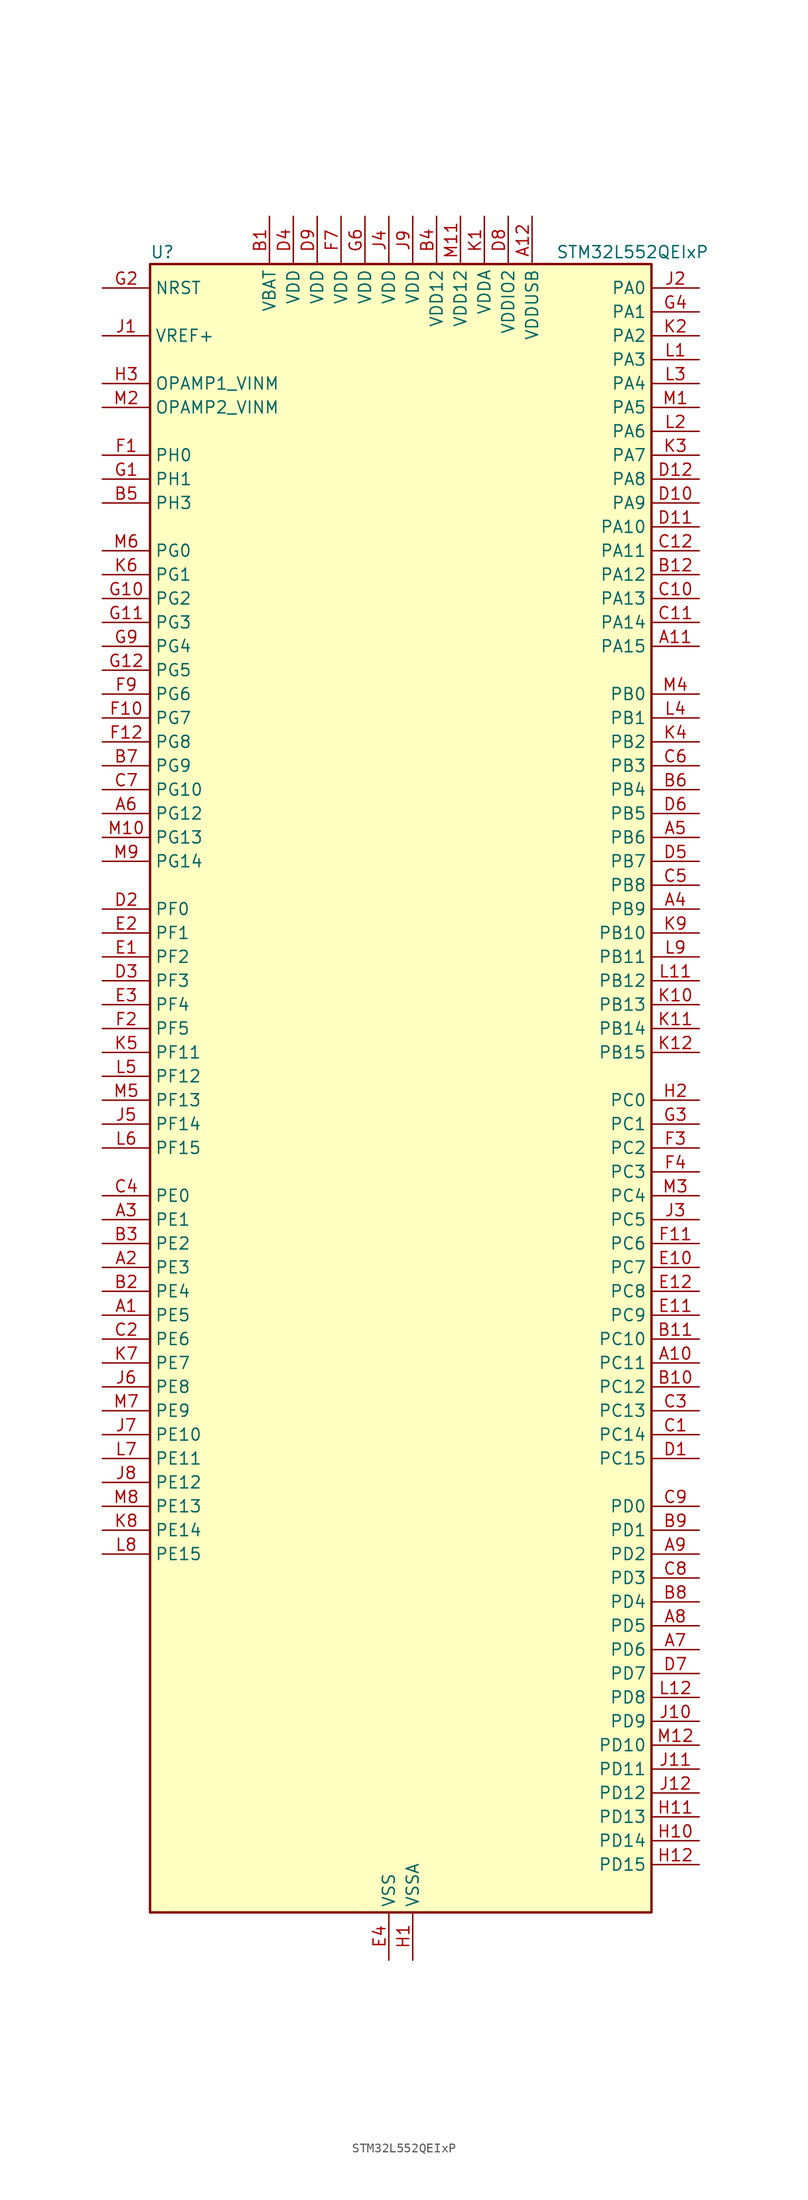
<source format=kicad_sym>
(kicad_symbol_lib
  (version 20231120)
  (generator "kicad_symbol_editor")
  (generator_version "8.0")
  (symbol "STM32L552QEIxP"
    (property "Reference" "U"
      (at -25.4 90.17 0)
      (effects (font (size 1.27 1.27)) (justify left)))
    (property "Value" "STM32L552QEIxP"
      (at 17.78 90.17 0)
      (effects (font (size 1.27 1.27)) (justify left)))
    (property "ki_locked" ""
      (at 0 0 0)
      (effects (font (size 1.27 1.27))))
    (symbol "STM32L552QEIxP_0_1"
      (rectangle (start -25.4 -86.36) (end 27.94 88.9) (stroke (width 0.254) (type default)) (fill (type background))))
    (symbol "STM32L552QEIxP_1_1"
      (pin bidirectional line (at -30.48 -22.86 0) (length 5.08) (name "PE5" (effects (font (size 1.27 1.27)))) (number "A1" (effects (font (size 1.27 1.27)))) (alternate "DEBUG_TRACED2" bidirectional line) (alternate "DFSDM1_CKIN3" bidirectional line) (alternate "FMC_A21" bidirectional line) (alternate "SAI1_CK2" bidirectional line) (alternate "SAI1_SCK_A" bidirectional line) (alternate "TIM3_CH3" bidirectional line) (alternate "TSC_G7_IO4" bidirectional line))
      (pin bidirectional line (at 33.02 -27.94 180) (length 5.08) (name "PC11" (effects (font (size 1.27 1.27)))) (number "A10" (effects (font (size 1.27 1.27)))) (alternate "ADC1_EXTI11" bidirectional line) (alternate "ADC2_EXTI11" bidirectional line) (alternate "LPTIM3_IN1" bidirectional line) (alternate "OCTOSPI1_NCS" bidirectional line) (alternate "SAI2_MCLK_B" bidirectional line) (alternate "SDMMC1_D3" bidirectional line) (alternate "SPI3_MISO" bidirectional line) (alternate "TSC_G3_IO3" bidirectional line) (alternate "UART4_RX" bidirectional line) (alternate "UCPD1_FRSTX2" bidirectional line) (alternate "USART3_RX" bidirectional line))
      (pin bidirectional line (at 33.02 48.26 180) (length 5.08) (name "PA15" (effects (font (size 1.27 1.27)))) (number "A11" (effects (font (size 1.27 1.27)))) (alternate "ADC1_EXTI15" bidirectional line) (alternate "ADC2_EXTI15" bidirectional line) (alternate "DEBUG_JTDI" bidirectional line) (alternate "SAI2_FS_B" bidirectional line) (alternate "SPI1_NSS" bidirectional line) (alternate "SPI3_NSS" bidirectional line) (alternate "TIM2_CH1" bidirectional line) (alternate "TIM2_ETR" bidirectional line) (alternate "UART4_DE" bidirectional line) (alternate "UART4_RTS" bidirectional line) (alternate "UCPD1_CC1" bidirectional line) (alternate "USART2_RX" bidirectional line) (alternate "USART3_DE" bidirectional line) (alternate "USART3_RTS" bidirectional line))
      (pin power_in line (at 15.24 93.98 270) (length 5.08) (name "VDDUSB" (effects (font (size 1.27 1.27)))) (number "A12" (effects (font (size 1.27 1.27)))))
      (pin bidirectional line (at -30.48 -17.78 0) (length 5.08) (name "PE3" (effects (font (size 1.27 1.27)))) (number "A2" (effects (font (size 1.27 1.27)))) (alternate "DEBUG_TRACED0" bidirectional line) (alternate "FMC_A19" bidirectional line) (alternate "OCTOSPI1_DQS" bidirectional line) (alternate "SAI1_SD_B" bidirectional line) (alternate "TIM3_CH1" bidirectional line) (alternate "TSC_G7_IO2" bidirectional line))
      (pin bidirectional line (at -30.48 -12.7 0) (length 5.08) (name "PE1" (effects (font (size 1.27 1.27)))) (number "A3" (effects (font (size 1.27 1.27)))) (alternate "FMC_NBL1" bidirectional line) (alternate "TIM17_CH1" bidirectional line))
      (pin bidirectional line (at 33.02 20.32 180) (length 5.08) (name "PB9" (effects (font (size 1.27 1.27)))) (number "A4" (effects (font (size 1.27 1.27)))) (alternate "DAC1_EXTI9" bidirectional line) (alternate "FDCAN1_TX" bidirectional line) (alternate "I2C1_SDA" bidirectional line) (alternate "IR_OUT" bidirectional line) (alternate "SAI1_D2" bidirectional line) (alternate "SAI1_FS_A" bidirectional line) (alternate "SDMMC1_CDIR" bidirectional line) (alternate "SDMMC1_D5" bidirectional line) (alternate "SPI2_NSS" bidirectional line) (alternate "TIM17_CH1" bidirectional line) (alternate "TIM4_CH4" bidirectional line))
      (pin bidirectional line (at 33.02 27.94 180) (length 5.08) (name "PB6" (effects (font (size 1.27 1.27)))) (number "A5" (effects (font (size 1.27 1.27)))) (alternate "COMP2_INP" bidirectional line) (alternate "I2C1_SCL" bidirectional line) (alternate "I2C4_SCL" bidirectional line) (alternate "LPTIM1_ETR" bidirectional line) (alternate "SAI1_FS_B" bidirectional line) (alternate "TIM16_CH1N" bidirectional line) (alternate "TIM4_CH1" bidirectional line) (alternate "TIM8_BKIN2" bidirectional line) (alternate "TSC_G2_IO3" bidirectional line) (alternate "USART1_TX" bidirectional line))
      (pin bidirectional line (at -30.48 30.48 0) (length 5.08) (name "PG12" (effects (font (size 1.27 1.27)))) (number "A6" (effects (font (size 1.27 1.27)))) (alternate "FMC_NE4" bidirectional line) (alternate "LPTIM1_ETR" bidirectional line) (alternate "SAI2_SD_A" bidirectional line) (alternate "SPI3_NSS" bidirectional line) (alternate "USART1_DE" bidirectional line) (alternate "USART1_RTS" bidirectional line))
      (pin bidirectional line (at 33.02 -58.42 180) (length 5.08) (name "PD6" (effects (font (size 1.27 1.27)))) (number "A7" (effects (font (size 1.27 1.27)))) (alternate "DFSDM1_DATIN1" bidirectional line) (alternate "FMC_NWAIT" bidirectional line) (alternate "OCTOSPI1_IO6" bidirectional line) (alternate "SAI1_D1" bidirectional line) (alternate "SAI1_SD_A" bidirectional line) (alternate "SPI3_MOSI" bidirectional line) (alternate "USART2_RX" bidirectional line))
      (pin bidirectional line (at 33.02 -55.88 180) (length 5.08) (name "PD5" (effects (font (size 1.27 1.27)))) (number "A8" (effects (font (size 1.27 1.27)))) (alternate "FMC_NWE" bidirectional line) (alternate "OCTOSPI1_IO5" bidirectional line) (alternate "USART2_TX" bidirectional line))
      (pin bidirectional line (at 33.02 -48.26 180) (length 5.08) (name "PD2" (effects (font (size 1.27 1.27)))) (number "A9" (effects (font (size 1.27 1.27)))) (alternate "DEBUG_TRACED2" bidirectional line) (alternate "SDMMC1_CMD" bidirectional line) (alternate "TIM3_ETR" bidirectional line) (alternate "TSC_SYNC" bidirectional line) (alternate "UART5_RX" bidirectional line) (alternate "USART3_DE" bidirectional line) (alternate "USART3_RTS" bidirectional line))
      (pin power_in line (at -12.7 93.98 270) (length 5.08) (name "VBAT" (effects (font (size 1.27 1.27)))) (number "B1" (effects (font (size 1.27 1.27)))))
      (pin bidirectional line (at 33.02 -30.48 180) (length 5.08) (name "PC12" (effects (font (size 1.27 1.27)))) (number "B10" (effects (font (size 1.27 1.27)))) (alternate "DEBUG_TRACED3" bidirectional line) (alternate "SAI2_SD_B" bidirectional line) (alternate "SDMMC1_CK" bidirectional line) (alternate "SPI3_MOSI" bidirectional line) (alternate "TSC_G3_IO4" bidirectional line) (alternate "UART5_TX" bidirectional line) (alternate "USART3_CK" bidirectional line))
      (pin bidirectional line (at 33.02 -25.4 180) (length 5.08) (name "PC10" (effects (font (size 1.27 1.27)))) (number "B11" (effects (font (size 1.27 1.27)))) (alternate "DEBUG_TRACED1" bidirectional line) (alternate "LPTIM3_ETR" bidirectional line) (alternate "SAI2_SCK_B" bidirectional line) (alternate "SDMMC1_D2" bidirectional line) (alternate "SPI3_SCK" bidirectional line) (alternate "TSC_G3_IO2" bidirectional line) (alternate "UART4_TX" bidirectional line) (alternate "USART3_TX" bidirectional line))
      (pin bidirectional line (at 33.02 55.88 180) (length 5.08) (name "PA12" (effects (font (size 1.27 1.27)))) (number "B12" (effects (font (size 1.27 1.27)))) (alternate "FDCAN1_TX" bidirectional line) (alternate "SPI1_MOSI" bidirectional line) (alternate "TIM1_ETR" bidirectional line) (alternate "USART1_DE" bidirectional line) (alternate "USART1_RTS" bidirectional line) (alternate "USB_DP" bidirectional line))
      (pin bidirectional line (at -30.48 -20.32 0) (length 5.08) (name "PE4" (effects (font (size 1.27 1.27)))) (number "B2" (effects (font (size 1.27 1.27)))) (alternate "DEBUG_TRACED1" bidirectional line) (alternate "DFSDM1_DATIN3" bidirectional line) (alternate "FMC_A20" bidirectional line) (alternate "SAI1_D2" bidirectional line) (alternate "SAI1_FS_A" bidirectional line) (alternate "TIM3_CH2" bidirectional line) (alternate "TSC_G7_IO3" bidirectional line))
      (pin bidirectional line (at -30.48 -15.24 0) (length 5.08) (name "PE2" (effects (font (size 1.27 1.27)))) (number "B3" (effects (font (size 1.27 1.27)))) (alternate "DEBUG_TRACECLK" bidirectional line) (alternate "FMC_A23" bidirectional line) (alternate "SAI1_CK1" bidirectional line) (alternate "SAI1_MCLK_A" bidirectional line) (alternate "TIM3_ETR" bidirectional line) (alternate "TSC_G7_IO1" bidirectional line))
      (pin power_in line (at 5.08 93.98 270) (length 5.08) (name "VDD12" (effects (font (size 1.27 1.27)))) (number "B4" (effects (font (size 1.27 1.27)))))
      (pin bidirectional line (at -30.48 63.5 0) (length 5.08) (name "PH3" (effects (font (size 1.27 1.27)))) (number "B5" (effects (font (size 1.27 1.27)))))
      (pin bidirectional line (at 33.02 33.02 180) (length 5.08) (name "PB4" (effects (font (size 1.27 1.27)))) (number "B6" (effects (font (size 1.27 1.27)))) (alternate "COMP2_INP" bidirectional line) (alternate "DEBUG_JTRST" bidirectional line) (alternate "I2C3_SDA" bidirectional line) (alternate "SAI1_MCLK_B" bidirectional line) (alternate "SPI1_MISO" bidirectional line) (alternate "SPI3_MISO" bidirectional line) (alternate "TIM17_BKIN" bidirectional line) (alternate "TIM3_CH1" bidirectional line) (alternate "TSC_G2_IO1" bidirectional line) (alternate "UART5_DE" bidirectional line) (alternate "UART5_RTS" bidirectional line) (alternate "USART1_CTS" bidirectional line) (alternate "USART1_NSS" bidirectional line))
      (pin bidirectional line (at -30.48 35.56 0) (length 5.08) (name "PG9" (effects (font (size 1.27 1.27)))) (number "B7" (effects (font (size 1.27 1.27)))) (alternate "DAC1_EXTI9" bidirectional line) (alternate "FMC_NCE" bidirectional line) (alternate "FMC_NE2" bidirectional line) (alternate "SAI2_SCK_A" bidirectional line) (alternate "SPI3_SCK" bidirectional line) (alternate "TIM15_CH1N" bidirectional line) (alternate "USART1_TX" bidirectional line))
      (pin bidirectional line (at 33.02 -53.34 180) (length 5.08) (name "PD4" (effects (font (size 1.27 1.27)))) (number "B8" (effects (font (size 1.27 1.27)))) (alternate "DFSDM1_CKIN0" bidirectional line) (alternate "FMC_NOE" bidirectional line) (alternate "OCTOSPI1_IO4" bidirectional line) (alternate "SPI2_MOSI" bidirectional line) (alternate "USART2_DE" bidirectional line) (alternate "USART2_RTS" bidirectional line))
      (pin bidirectional line (at 33.02 -45.72 180) (length 5.08) (name "PD1" (effects (font (size 1.27 1.27)))) (number "B9" (effects (font (size 1.27 1.27)))) (alternate "FDCAN1_TX" bidirectional line) (alternate "FMC_D3" bidirectional line) (alternate "FMC_DA3" bidirectional line) (alternate "SPI2_SCK" bidirectional line))
      (pin bidirectional line (at 33.02 -35.56 180) (length 5.08) (name "PC14" (effects (font (size 1.27 1.27)))) (number "C1" (effects (font (size 1.27 1.27)))) (alternate "RCC_OSC32_IN" bidirectional line))
      (pin bidirectional line (at 33.02 53.34 180) (length 5.08) (name "PA13" (effects (font (size 1.27 1.27)))) (number "C10" (effects (font (size 1.27 1.27)))) (alternate "DEBUG_JTMS-SWDIO" bidirectional line) (alternate "IR_OUT" bidirectional line) (alternate "SAI1_SD_B" bidirectional line) (alternate "USB_NOE" bidirectional line))
      (pin bidirectional line (at 33.02 50.8 180) (length 5.08) (name "PA14" (effects (font (size 1.27 1.27)))) (number "C11" (effects (font (size 1.27 1.27)))) (alternate "DEBUG_JTCK-SWCLK" bidirectional line) (alternate "I2C1_SMBA" bidirectional line) (alternate "I2C4_SMBA" bidirectional line) (alternate "LPTIM1_OUT" bidirectional line) (alternate "SAI1_FS_B" bidirectional line))
      (pin bidirectional line (at 33.02 58.42 180) (length 5.08) (name "PA11" (effects (font (size 1.27 1.27)))) (number "C12" (effects (font (size 1.27 1.27)))) (alternate "ADC1_EXTI11" bidirectional line) (alternate "ADC2_EXTI11" bidirectional line) (alternate "FDCAN1_RX" bidirectional line) (alternate "SPI1_MISO" bidirectional line) (alternate "TIM1_BKIN2" bidirectional line) (alternate "TIM1_CH4" bidirectional line) (alternate "USART1_CTS" bidirectional line) (alternate "USART1_NSS" bidirectional line) (alternate "USB_DM" bidirectional line))
      (pin bidirectional line (at -30.48 -25.4 0) (length 5.08) (name "PE6" (effects (font (size 1.27 1.27)))) (number "C2" (effects (font (size 1.27 1.27)))) (alternate "DEBUG_TRACED3" bidirectional line) (alternate "FMC_A22" bidirectional line) (alternate "PWR_WKUP3" bidirectional line) (alternate "SAI1_D1" bidirectional line) (alternate "SAI1_SD_A" bidirectional line) (alternate "TAMP_IN3" bidirectional line) (alternate "TAMP_OUT6" bidirectional line) (alternate "TIM3_CH4" bidirectional line))
      (pin bidirectional line (at 33.02 -33.02 180) (length 5.08) (name "PC13" (effects (font (size 1.27 1.27)))) (number "C3" (effects (font (size 1.27 1.27)))) (alternate "PWR_WKUP2" bidirectional line) (alternate "RTC_OUT1" bidirectional line) (alternate "RTC_TS" bidirectional line) (alternate "TAMP_IN1" bidirectional line) (alternate "TAMP_OUT2" bidirectional line))
      (pin bidirectional line (at -30.48 -10.16 0) (length 5.08) (name "PE0" (effects (font (size 1.27 1.27)))) (number "C4" (effects (font (size 1.27 1.27)))) (alternate "FMC_NBL0" bidirectional line) (alternate "TIM16_CH1" bidirectional line) (alternate "TIM4_ETR" bidirectional line))
      (pin bidirectional line (at 33.02 22.86 180) (length 5.08) (name "PB8" (effects (font (size 1.27 1.27)))) (number "C5" (effects (font (size 1.27 1.27)))) (alternate "DFSDM1_CKOUT" bidirectional line) (alternate "FDCAN1_RX" bidirectional line) (alternate "I2C1_SCL" bidirectional line) (alternate "SAI1_CK1" bidirectional line) (alternate "SAI1_MCLK_A" bidirectional line) (alternate "SDMMC1_CKIN" bidirectional line) (alternate "SDMMC1_D4" bidirectional line) (alternate "TIM16_CH1" bidirectional line) (alternate "TIM4_CH3" bidirectional line))
      (pin bidirectional line (at 33.02 35.56 180) (length 5.08) (name "PB3" (effects (font (size 1.27 1.27)))) (number "C6" (effects (font (size 1.27 1.27)))) (alternate "COMP2_INM" bidirectional line) (alternate "CRS_SYNC" bidirectional line) (alternate "DEBUG_JTDO-SWO" bidirectional line) (alternate "SAI1_SCK_B" bidirectional line) (alternate "SPI1_SCK" bidirectional line) (alternate "SPI3_SCK" bidirectional line) (alternate "TIM2_CH2" bidirectional line) (alternate "USART1_DE" bidirectional line) (alternate "USART1_RTS" bidirectional line))
      (pin bidirectional line (at -30.48 33.02 0) (length 5.08) (name "PG10" (effects (font (size 1.27 1.27)))) (number "C7" (effects (font (size 1.27 1.27)))) (alternate "FMC_NE3" bidirectional line) (alternate "LPTIM1_IN1" bidirectional line) (alternate "SAI2_FS_A" bidirectional line) (alternate "SPI3_MISO" bidirectional line) (alternate "TIM15_CH1" bidirectional line) (alternate "USART1_RX" bidirectional line))
      (pin bidirectional line (at 33.02 -50.8 180) (length 5.08) (name "PD3" (effects (font (size 1.27 1.27)))) (number "C8" (effects (font (size 1.27 1.27)))) (alternate "DFSDM1_DATIN0" bidirectional line) (alternate "FMC_CLK" bidirectional line) (alternate "SPI2_MISO" bidirectional line) (alternate "SPI2_SCK" bidirectional line) (alternate "USART2_CTS" bidirectional line) (alternate "USART2_NSS" bidirectional line))
      (pin bidirectional line (at 33.02 -43.18 180) (length 5.08) (name "PD0" (effects (font (size 1.27 1.27)))) (number "C9" (effects (font (size 1.27 1.27)))) (alternate "FDCAN1_RX" bidirectional line) (alternate "FMC_D2" bidirectional line) (alternate "FMC_DA2" bidirectional line) (alternate "SPI2_NSS" bidirectional line))
      (pin bidirectional line (at 33.02 -38.1 180) (length 5.08) (name "PC15" (effects (font (size 1.27 1.27)))) (number "D1" (effects (font (size 1.27 1.27)))) (alternate "ADC1_EXTI15" bidirectional line) (alternate "ADC2_EXTI15" bidirectional line) (alternate "RCC_OSC32_OUT" bidirectional line))
      (pin bidirectional line (at 33.02 63.5 180) (length 5.08) (name "PA9" (effects (font (size 1.27 1.27)))) (number "D10" (effects (font (size 1.27 1.27)))) (alternate "DAC1_EXTI9" bidirectional line) (alternate "SAI1_FS_A" bidirectional line) (alternate "SPI2_SCK" bidirectional line) (alternate "TIM15_BKIN" bidirectional line) (alternate "TIM1_CH2" bidirectional line) (alternate "USART1_TX" bidirectional line))
      (pin bidirectional line (at 33.02 60.96 180) (length 5.08) (name "PA10" (effects (font (size 1.27 1.27)))) (number "D11" (effects (font (size 1.27 1.27)))) (alternate "CRS_SYNC" bidirectional line) (alternate "SAI1_D1" bidirectional line) (alternate "SAI1_SD_A" bidirectional line) (alternate "TIM17_BKIN" bidirectional line) (alternate "TIM1_CH3" bidirectional line) (alternate "USART1_RX" bidirectional line))
      (pin bidirectional line (at 33.02 66.04 180) (length 5.08) (name "PA8" (effects (font (size 1.27 1.27)))) (number "D12" (effects (font (size 1.27 1.27)))) (alternate "LPTIM2_OUT" bidirectional line) (alternate "RCC_MCO" bidirectional line) (alternate "SAI1_CK2" bidirectional line) (alternate "SAI1_SCK_A" bidirectional line) (alternate "TIM1_CH1" bidirectional line) (alternate "USART1_CK" bidirectional line))
      (pin bidirectional line (at -30.48 20.32 0) (length 5.08) (name "PF0" (effects (font (size 1.27 1.27)))) (number "D2" (effects (font (size 1.27 1.27)))) (alternate "FMC_A0" bidirectional line) (alternate "I2C2_SDA" bidirectional line))
      (pin bidirectional line (at -30.48 12.7 0) (length 5.08) (name "PF3" (effects (font (size 1.27 1.27)))) (number "D3" (effects (font (size 1.27 1.27)))) (alternate "FMC_A3" bidirectional line) (alternate "LPTIM3_IN1" bidirectional line))
      (pin power_in line (at -10.16 93.98 270) (length 5.08) (name "VDD" (effects (font (size 1.27 1.27)))) (number "D4" (effects (font (size 1.27 1.27)))))
      (pin bidirectional line (at 33.02 25.4 180) (length 5.08) (name "PB7" (effects (font (size 1.27 1.27)))) (number "D5" (effects (font (size 1.27 1.27)))) (alternate "COMP2_INM" bidirectional line) (alternate "FMC_NL" bidirectional line) (alternate "I2C1_SDA" bidirectional line) (alternate "I2C4_SDA" bidirectional line) (alternate "LPTIM1_IN2" bidirectional line) (alternate "PWR_PVD_IN" bidirectional line) (alternate "TIM17_CH1N" bidirectional line) (alternate "TIM4_CH2" bidirectional line) (alternate "TIM8_BKIN" bidirectional line) (alternate "TSC_G2_IO4" bidirectional line) (alternate "UART4_CTS" bidirectional line) (alternate "USART1_RX" bidirectional line))
      (pin bidirectional line (at 33.02 30.48 180) (length 5.08) (name "PB5" (effects (font (size 1.27 1.27)))) (number "D6" (effects (font (size 1.27 1.27)))) (alternate "COMP2_OUT" bidirectional line) (alternate "I2C1_SMBA" bidirectional line) (alternate "LPTIM1_IN1" bidirectional line) (alternate "OCTOSPI1_NCLK" bidirectional line) (alternate "SAI1_SD_B" bidirectional line) (alternate "SPI1_MOSI" bidirectional line) (alternate "SPI3_MOSI" bidirectional line) (alternate "TIM16_BKIN" bidirectional line) (alternate "TIM3_CH2" bidirectional line) (alternate "TSC_G2_IO2" bidirectional line) (alternate "UART5_CTS" bidirectional line) (alternate "UCPD1_DBCC1" bidirectional line) (alternate "USART1_CK" bidirectional line))
      (pin bidirectional line (at 33.02 -60.96 180) (length 5.08) (name "PD7" (effects (font (size 1.27 1.27)))) (number "D7" (effects (font (size 1.27 1.27)))) (alternate "DFSDM1_CKIN1" bidirectional line) (alternate "FMC_NCE" bidirectional line) (alternate "FMC_NE1" bidirectional line) (alternate "OCTOSPI1_IO7" bidirectional line) (alternate "USART2_CK" bidirectional line))
      (pin power_in line (at 12.7 93.98 270) (length 5.08) (name "VDDIO2" (effects (font (size 1.27 1.27)))) (number "D8" (effects (font (size 1.27 1.27)))))
      (pin power_in line (at -7.62 93.98 270) (length 5.08) (name "VDD" (effects (font (size 1.27 1.27)))) (number "D9" (effects (font (size 1.27 1.27)))))
      (pin bidirectional line (at -30.48 15.24 0) (length 5.08) (name "PF2" (effects (font (size 1.27 1.27)))) (number "E1" (effects (font (size 1.27 1.27)))) (alternate "FMC_A2" bidirectional line) (alternate "I2C2_SMBA" bidirectional line))
      (pin bidirectional line (at 33.02 -17.78 180) (length 5.08) (name "PC7" (effects (font (size 1.27 1.27)))) (number "E10" (effects (font (size 1.27 1.27)))) (alternate "DFSDM1_DATIN3" bidirectional line) (alternate "SAI2_MCLK_B" bidirectional line) (alternate "SDMMC1_D123DIR" bidirectional line) (alternate "SDMMC1_D7" bidirectional line) (alternate "TIM3_CH2" bidirectional line) (alternate "TIM8_CH2" bidirectional line) (alternate "TSC_G4_IO2" bidirectional line))
      (pin bidirectional line (at 33.02 -22.86 180) (length 5.08) (name "PC9" (effects (font (size 1.27 1.27)))) (number "E11" (effects (font (size 1.27 1.27)))) (alternate "DAC1_EXTI9" bidirectional line) (alternate "DEBUG_TRACED0" bidirectional line) (alternate "SAI2_EXTCLK" bidirectional line) (alternate "SDMMC1_D1" bidirectional line) (alternate "TIM3_CH4" bidirectional line) (alternate "TIM8_BKIN2" bidirectional line) (alternate "TIM8_CH4" bidirectional line) (alternate "TSC_G4_IO4" bidirectional line) (alternate "USB_NOE" bidirectional line))
      (pin bidirectional line (at 33.02 -20.32 180) (length 5.08) (name "PC8" (effects (font (size 1.27 1.27)))) (number "E12" (effects (font (size 1.27 1.27)))) (alternate "SDMMC1_D0" bidirectional line) (alternate "TIM3_CH3" bidirectional line) (alternate "TIM8_CH3" bidirectional line) (alternate "TSC_G4_IO3" bidirectional line))
      (pin bidirectional line (at -30.48 17.78 0) (length 5.08) (name "PF1" (effects (font (size 1.27 1.27)))) (number "E2" (effects (font (size 1.27 1.27)))) (alternate "FMC_A1" bidirectional line) (alternate "I2C2_SCL" bidirectional line))
      (pin bidirectional line (at -30.48 10.16 0) (length 5.08) (name "PF4" (effects (font (size 1.27 1.27)))) (number "E3" (effects (font (size 1.27 1.27)))) (alternate "FMC_A4" bidirectional line) (alternate "LPTIM3_ETR" bidirectional line))
      (pin power_in line (at 0 -91.44 90) (length 5.08) (name "VSS" (effects (font (size 1.27 1.27)))) (number "E4" (effects (font (size 1.27 1.27)))))
      (pin passive line (at 0 -91.44 90) (length 5.08) hide (name "VSS" (effects (font (size 1.27 1.27)))) (number "E9" (effects (font (size 1.27 1.27)))))
      (pin bidirectional line (at -30.48 68.58 0) (length 5.08) (name "PH0" (effects (font (size 1.27 1.27)))) (number "F1" (effects (font (size 1.27 1.27)))) (alternate "RCC_OSC_IN" bidirectional line))
      (pin bidirectional line (at -30.48 40.64 0) (length 5.08) (name "PG7" (effects (font (size 1.27 1.27)))) (number "F10" (effects (font (size 1.27 1.27)))) (alternate "DFSDM1_CKOUT" bidirectional line) (alternate "FMC_INT" bidirectional line) (alternate "I2C3_SCL" bidirectional line) (alternate "LPUART1_TX" bidirectional line) (alternate "SAI1_CK1" bidirectional line) (alternate "SAI1_MCLK_A" bidirectional line) (alternate "UCPD1_FRSTX2" bidirectional line))
      (pin bidirectional line (at 33.02 -15.24 180) (length 5.08) (name "PC6" (effects (font (size 1.27 1.27)))) (number "F11" (effects (font (size 1.27 1.27)))) (alternate "DFSDM1_CKIN3" bidirectional line) (alternate "SAI2_MCLK_A" bidirectional line) (alternate "SDMMC1_D0DIR" bidirectional line) (alternate "SDMMC1_D6" bidirectional line) (alternate "TIM3_CH1" bidirectional line) (alternate "TIM8_CH1" bidirectional line) (alternate "TSC_G4_IO1" bidirectional line))
      (pin bidirectional line (at -30.48 38.1 0) (length 5.08) (name "PG8" (effects (font (size 1.27 1.27)))) (number "F12" (effects (font (size 1.27 1.27)))) (alternate "I2C3_SDA" bidirectional line) (alternate "LPUART1_RX" bidirectional line))
      (pin bidirectional line (at -30.48 7.62 0) (length 5.08) (name "PF5" (effects (font (size 1.27 1.27)))) (number "F2" (effects (font (size 1.27 1.27)))) (alternate "FMC_A5" bidirectional line) (alternate "LPTIM3_OUT" bidirectional line))
      (pin bidirectional line (at 33.02 -5.08 180) (length 5.08) (name "PC2" (effects (font (size 1.27 1.27)))) (number "F3" (effects (font (size 1.27 1.27)))) (alternate "ADC1_IN3" bidirectional line) (alternate "ADC2_IN3" bidirectional line) (alternate "DFSDM1_CKOUT" bidirectional line) (alternate "LPTIM1_IN2" bidirectional line) (alternate "OCTOSPI1_IO5" bidirectional line) (alternate "SPI2_MISO" bidirectional line))
      (pin bidirectional line (at 33.02 -7.62 180) (length 5.08) (name "PC3" (effects (font (size 1.27 1.27)))) (number "F4" (effects (font (size 1.27 1.27)))) (alternate "ADC1_IN4" bidirectional line) (alternate "ADC2_IN4" bidirectional line) (alternate "LPTIM1_ETR" bidirectional line) (alternate "LPTIM2_ETR" bidirectional line) (alternate "LPTIM3_OUT" bidirectional line) (alternate "OCTOSPI1_IO6" bidirectional line) (alternate "SAI1_D1" bidirectional line) (alternate "SAI1_SD_A" bidirectional line) (alternate "SPI2_MOSI" bidirectional line))
      (pin passive line (at 0 -91.44 90) (length 5.08) hide (name "VSS" (effects (font (size 1.27 1.27)))) (number "F6" (effects (font (size 1.27 1.27)))))
      (pin power_in line (at -5.08 93.98 270) (length 5.08) (name "VDD" (effects (font (size 1.27 1.27)))) (number "F7" (effects (font (size 1.27 1.27)))))
      (pin bidirectional line (at -30.48 43.18 0) (length 5.08) (name "PG6" (effects (font (size 1.27 1.27)))) (number "F9" (effects (font (size 1.27 1.27)))) (alternate "I2C3_SMBA" bidirectional line) (alternate "LPUART1_DE" bidirectional line) (alternate "LPUART1_RTS" bidirectional line) (alternate "OCTOSPI1_DQS" bidirectional line) (alternate "UCPD1_FRSTX1" bidirectional line))
      (pin bidirectional line (at -30.48 66.04 0) (length 5.08) (name "PH1" (effects (font (size 1.27 1.27)))) (number "G1" (effects (font (size 1.27 1.27)))) (alternate "RCC_OSC_OUT" bidirectional line))
      (pin bidirectional line (at -30.48 53.34 0) (length 5.08) (name "PG2" (effects (font (size 1.27 1.27)))) (number "G10" (effects (font (size 1.27 1.27)))) (alternate "FMC_A12" bidirectional line) (alternate "SAI2_SCK_B" bidirectional line) (alternate "SPI1_SCK" bidirectional line))
      (pin bidirectional line (at -30.48 50.8 0) (length 5.08) (name "PG3" (effects (font (size 1.27 1.27)))) (number "G11" (effects (font (size 1.27 1.27)))) (alternate "FMC_A13" bidirectional line) (alternate "SAI2_FS_B" bidirectional line) (alternate "SPI1_MISO" bidirectional line))
      (pin bidirectional line (at -30.48 45.72 0) (length 5.08) (name "PG5" (effects (font (size 1.27 1.27)))) (number "G12" (effects (font (size 1.27 1.27)))) (alternate "FMC_A15" bidirectional line) (alternate "LPUART1_CTS" bidirectional line) (alternate "SAI2_SD_B" bidirectional line) (alternate "SPI1_NSS" bidirectional line))
      (pin input line (at -30.48 86.36 0) (length 5.08) (name "NRST" (effects (font (size 1.27 1.27)))) (number "G2" (effects (font (size 1.27 1.27)))))
      (pin bidirectional line (at 33.02 -2.54 180) (length 5.08) (name "PC1" (effects (font (size 1.27 1.27)))) (number "G3" (effects (font (size 1.27 1.27)))) (alternate "ADC1_IN2" bidirectional line) (alternate "ADC2_IN2" bidirectional line) (alternate "DEBUG_TRACED0" bidirectional line) (alternate "I2C3_SDA" bidirectional line) (alternate "LPTIM1_OUT" bidirectional line) (alternate "LPUART1_TX" bidirectional line) (alternate "OCTOSPI1_IO4" bidirectional line) (alternate "SAI1_SD_A" bidirectional line) (alternate "SPI2_MOSI" bidirectional line))
      (pin bidirectional line (at 33.02 83.82 180) (length 5.08) (name "PA1" (effects (font (size 1.27 1.27)))) (number "G4" (effects (font (size 1.27 1.27)))) (alternate "ADC1_IN6" bidirectional line) (alternate "ADC2_IN6" bidirectional line) (alternate "I2C1_SMBA" bidirectional line) (alternate "OCTOSPI1_DQS" bidirectional line) (alternate "OPAMP1_VINM" bidirectional line) (alternate "SPI1_SCK" bidirectional line) (alternate "TAMP_IN5" bidirectional line) (alternate "TAMP_OUT4" bidirectional line) (alternate "TIM15_CH1N" bidirectional line) (alternate "TIM2_CH2" bidirectional line) (alternate "TIM5_CH2" bidirectional line) (alternate "UART4_RX" bidirectional line) (alternate "USART2_DE" bidirectional line) (alternate "USART2_RTS" bidirectional line))
      (pin power_in line (at -2.54 93.98 270) (length 5.08) (name "VDD" (effects (font (size 1.27 1.27)))) (number "G6" (effects (font (size 1.27 1.27)))))
      (pin passive line (at 0 -91.44 90) (length 5.08) hide (name "VSS" (effects (font (size 1.27 1.27)))) (number "G7" (effects (font (size 1.27 1.27)))))
      (pin bidirectional line (at -30.48 48.26 0) (length 5.08) (name "PG4" (effects (font (size 1.27 1.27)))) (number "G9" (effects (font (size 1.27 1.27)))) (alternate "FMC_A14" bidirectional line) (alternate "SAI2_MCLK_B" bidirectional line) (alternate "SPI1_MOSI" bidirectional line))
      (pin power_in line (at 2.54 -91.44 90) (length 5.08) (name "VSSA" (effects (font (size 1.27 1.27)))) (number "H1" (effects (font (size 1.27 1.27)))))
      (pin bidirectional line (at 33.02 -78.74 180) (length 5.08) (name "PD14" (effects (font (size 1.27 1.27)))) (number "H10" (effects (font (size 1.27 1.27)))) (alternate "FMC_D0" bidirectional line) (alternate "FMC_DA0" bidirectional line) (alternate "TIM4_CH3" bidirectional line))
      (pin bidirectional line (at 33.02 -76.2 180) (length 5.08) (name "PD13" (effects (font (size 1.27 1.27)))) (number "H11" (effects (font (size 1.27 1.27)))) (alternate "FMC_A18" bidirectional line) (alternate "I2C4_SDA" bidirectional line) (alternate "LPTIM2_OUT" bidirectional line) (alternate "TIM4_CH2" bidirectional line) (alternate "TSC_G6_IO4" bidirectional line))
      (pin bidirectional line (at 33.02 -81.28 180) (length 5.08) (name "PD15" (effects (font (size 1.27 1.27)))) (number "H12" (effects (font (size 1.27 1.27)))) (alternate "ADC1_EXTI15" bidirectional line) (alternate "ADC2_EXTI15" bidirectional line) (alternate "FMC_D1" bidirectional line) (alternate "FMC_DA1" bidirectional line) (alternate "TIM4_CH4" bidirectional line))
      (pin bidirectional line (at 33.02 0 180) (length 5.08) (name "PC0" (effects (font (size 1.27 1.27)))) (number "H2" (effects (font (size 1.27 1.27)))) (alternate "ADC1_IN1" bidirectional line) (alternate "ADC2_IN1" bidirectional line) (alternate "I2C3_SCL" bidirectional line) (alternate "LPTIM1_IN1" bidirectional line) (alternate "LPTIM2_IN1" bidirectional line) (alternate "LPUART1_RX" bidirectional line) (alternate "OCTOSPI1_IO7" bidirectional line) (alternate "SAI2_FS_A" bidirectional line) (alternate "SDMMC1_D5" bidirectional line))
      (pin bidirectional line (at -30.48 76.2 0) (length 5.08) (name "OPAMP1_VINM" (effects (font (size 1.27 1.27)))) (number "H3" (effects (font (size 1.27 1.27)))) (alternate "OPAMP1_VINM" bidirectional line))
      (pin passive line (at 0 -91.44 90) (length 5.08) hide (name "VSS" (effects (font (size 1.27 1.27)))) (number "H4" (effects (font (size 1.27 1.27)))))
      (pin passive line (at 0 -91.44 90) (length 5.08) hide (name "VSS" (effects (font (size 1.27 1.27)))) (number "H9" (effects (font (size 1.27 1.27)))))
      (pin input line (at -30.48 81.28 0) (length 5.08) (name "VREF+" (effects (font (size 1.27 1.27)))) (number "J1" (effects (font (size 1.27 1.27)))) (alternate "VREFBUF_OUT" bidirectional line))
      (pin bidirectional line (at 33.02 -66.04 180) (length 5.08) (name "PD9" (effects (font (size 1.27 1.27)))) (number "J10" (effects (font (size 1.27 1.27)))) (alternate "DAC1_EXTI9" bidirectional line) (alternate "FMC_D14" bidirectional line) (alternate "FMC_DA14" bidirectional line) (alternate "SAI2_MCLK_A" bidirectional line) (alternate "USART3_RX" bidirectional line))
      (pin bidirectional line (at 33.02 -71.12 180) (length 5.08) (name "PD11" (effects (font (size 1.27 1.27)))) (number "J11" (effects (font (size 1.27 1.27)))) (alternate "ADC1_EXTI11" bidirectional line) (alternate "ADC2_EXTI11" bidirectional line) (alternate "FMC_A16" bidirectional line) (alternate "FMC_CLE" bidirectional line) (alternate "I2C4_SMBA" bidirectional line) (alternate "LPTIM2_ETR" bidirectional line) (alternate "SAI2_SD_A" bidirectional line) (alternate "TSC_G6_IO2" bidirectional line) (alternate "USART3_CTS" bidirectional line) (alternate "USART3_NSS" bidirectional line))
      (pin bidirectional line (at 33.02 -73.66 180) (length 5.08) (name "PD12" (effects (font (size 1.27 1.27)))) (number "J12" (effects (font (size 1.27 1.27)))) (alternate "FMC_A17" bidirectional line) (alternate "FMC_ALE" bidirectional line) (alternate "I2C4_SCL" bidirectional line) (alternate "LPTIM2_IN1" bidirectional line) (alternate "SAI2_FS_A" bidirectional line) (alternate "TIM4_CH1" bidirectional line) (alternate "TSC_G6_IO3" bidirectional line) (alternate "USART3_DE" bidirectional line) (alternate "USART3_RTS" bidirectional line))
      (pin bidirectional line (at 33.02 86.36 180) (length 5.08) (name "PA0" (effects (font (size 1.27 1.27)))) (number "J2" (effects (font (size 1.27 1.27)))) (alternate "ADC1_IN5" bidirectional line) (alternate "ADC2_IN5" bidirectional line) (alternate "OPAMP1_VINP" bidirectional line) (alternate "PWR_WKUP1" bidirectional line) (alternate "SAI1_EXTCLK" bidirectional line) (alternate "TAMP_IN2" bidirectional line) (alternate "TAMP_OUT1" bidirectional line) (alternate "TIM2_CH1" bidirectional line) (alternate "TIM2_ETR" bidirectional line) (alternate "TIM5_CH1" bidirectional line) (alternate "TIM8_ETR" bidirectional line) (alternate "UART4_TX" bidirectional line) (alternate "USART2_CTS" bidirectional line) (alternate "USART2_NSS" bidirectional line))
      (pin bidirectional line (at 33.02 -12.7 180) (length 5.08) (name "PC5" (effects (font (size 1.27 1.27)))) (number "J3" (effects (font (size 1.27 1.27)))) (alternate "ADC1_IN14" bidirectional line) (alternate "ADC2_IN14" bidirectional line) (alternate "COMP1_INP" bidirectional line) (alternate "PWR_WKUP5" bidirectional line) (alternate "SAI1_D3" bidirectional line) (alternate "TAMP_IN4" bidirectional line) (alternate "TAMP_OUT5" bidirectional line) (alternate "USART3_RX" bidirectional line))
      (pin power_in line (at 0 93.98 270) (length 5.08) (name "VDD" (effects (font (size 1.27 1.27)))) (number "J4" (effects (font (size 1.27 1.27)))))
      (pin bidirectional line (at -30.48 -2.54 0) (length 5.08) (name "PF14" (effects (font (size 1.27 1.27)))) (number "J5" (effects (font (size 1.27 1.27)))) (alternate "FMC_A8" bidirectional line) (alternate "I2C4_SCL" bidirectional line) (alternate "TSC_G8_IO1" bidirectional line))
      (pin bidirectional line (at -30.48 -30.48 0) (length 5.08) (name "PE8" (effects (font (size 1.27 1.27)))) (number "J6" (effects (font (size 1.27 1.27)))) (alternate "DFSDM1_CKIN2" bidirectional line) (alternate "FMC_D5" bidirectional line) (alternate "FMC_DA5" bidirectional line) (alternate "SAI1_SCK_B" bidirectional line) (alternate "TIM1_CH1N" bidirectional line))
      (pin bidirectional line (at -30.48 -35.56 0) (length 5.08) (name "PE10" (effects (font (size 1.27 1.27)))) (number "J7" (effects (font (size 1.27 1.27)))) (alternate "FMC_D7" bidirectional line) (alternate "FMC_DA7" bidirectional line) (alternate "OCTOSPI1_CLK" bidirectional line) (alternate "SAI1_MCLK_B" bidirectional line) (alternate "TIM1_CH2N" bidirectional line) (alternate "TSC_G5_IO1" bidirectional line))
      (pin bidirectional line (at -30.48 -40.64 0) (length 5.08) (name "PE12" (effects (font (size 1.27 1.27)))) (number "J8" (effects (font (size 1.27 1.27)))) (alternate "FMC_D9" bidirectional line) (alternate "FMC_DA9" bidirectional line) (alternate "OCTOSPI1_IO0" bidirectional line) (alternate "SPI1_NSS" bidirectional line) (alternate "TIM1_CH3N" bidirectional line) (alternate "TSC_G5_IO3" bidirectional line))
      (pin power_in line (at 2.54 93.98 270) (length 5.08) (name "VDD" (effects (font (size 1.27 1.27)))) (number "J9" (effects (font (size 1.27 1.27)))))
      (pin power_in line (at 10.16 93.98 270) (length 5.08) (name "VDDA" (effects (font (size 1.27 1.27)))) (number "K1" (effects (font (size 1.27 1.27)))))
      (pin bidirectional line (at 33.02 10.16 180) (length 5.08) (name "PB13" (effects (font (size 1.27 1.27)))) (number "K10" (effects (font (size 1.27 1.27)))) (alternate "DFSDM1_CKIN1" bidirectional line) (alternate "I2C2_SCL" bidirectional line) (alternate "LPTIM3_IN1" bidirectional line) (alternate "LPUART1_CTS" bidirectional line) (alternate "SAI2_SCK_A" bidirectional line) (alternate "SPI2_SCK" bidirectional line) (alternate "TIM15_CH1N" bidirectional line) (alternate "TIM1_CH1N" bidirectional line) (alternate "TSC_G1_IO2" bidirectional line) (alternate "UCPD1_FRSTX2" bidirectional line) (alternate "USART3_CTS" bidirectional line) (alternate "USART3_NSS" bidirectional line))
      (pin bidirectional line (at 33.02 7.62 180) (length 5.08) (name "PB14" (effects (font (size 1.27 1.27)))) (number "K11" (effects (font (size 1.27 1.27)))) (alternate "DFSDM1_DATIN2" bidirectional line) (alternate "I2C2_SDA" bidirectional line) (alternate "LPTIM3_ETR" bidirectional line) (alternate "SAI2_MCLK_A" bidirectional line) (alternate "SPI2_MISO" bidirectional line) (alternate "TIM15_CH1" bidirectional line) (alternate "TIM1_CH2N" bidirectional line) (alternate "TIM8_CH2N" bidirectional line) (alternate "TSC_G1_IO3" bidirectional line) (alternate "UCPD1_DBCC2" bidirectional line) (alternate "USART3_DE" bidirectional line) (alternate "USART3_RTS" bidirectional line))
      (pin bidirectional line (at 33.02 5.08 180) (length 5.08) (name "PB15" (effects (font (size 1.27 1.27)))) (number "K12" (effects (font (size 1.27 1.27)))) (alternate "ADC1_EXTI15" bidirectional line) (alternate "ADC2_EXTI15" bidirectional line) (alternate "DFSDM1_CKIN2" bidirectional line) (alternate "RTC_REFIN" bidirectional line) (alternate "SAI2_SD_A" bidirectional line) (alternate "SPI2_MOSI" bidirectional line) (alternate "TIM15_CH2" bidirectional line) (alternate "TIM1_CH3N" bidirectional line) (alternate "TIM8_CH3N" bidirectional line) (alternate "UCPD1_CC2" bidirectional line))
      (pin bidirectional line (at 33.02 81.28 180) (length 5.08) (name "PA2" (effects (font (size 1.27 1.27)))) (number "K2" (effects (font (size 1.27 1.27)))) (alternate "ADC1_IN7" bidirectional line) (alternate "ADC2_IN7" bidirectional line) (alternate "COMP1_INP" bidirectional line) (alternate "LPUART1_TX" bidirectional line) (alternate "OCTOSPI1_NCS" bidirectional line) (alternate "PWR_WKUP4" bidirectional line) (alternate "RCC_LSCO" bidirectional line) (alternate "SAI2_EXTCLK" bidirectional line) (alternate "TIM15_CH1" bidirectional line) (alternate "TIM2_CH3" bidirectional line) (alternate "TIM5_CH3" bidirectional line) (alternate "UCPD1_FRSTX1" bidirectional line) (alternate "USART2_TX" bidirectional line))
      (pin bidirectional line (at 33.02 68.58 180) (length 5.08) (name "PA7" (effects (font (size 1.27 1.27)))) (number "K3" (effects (font (size 1.27 1.27)))) (alternate "ADC1_IN12" bidirectional line) (alternate "ADC2_IN12" bidirectional line) (alternate "I2C3_SCL" bidirectional line) (alternate "OCTOSPI1_IO2" bidirectional line) (alternate "OPAMP2_VINM" bidirectional line) (alternate "SPI1_MOSI" bidirectional line) (alternate "TIM17_CH1" bidirectional line) (alternate "TIM1_CH1N" bidirectional line) (alternate "TIM3_CH2" bidirectional line) (alternate "TIM8_CH1N" bidirectional line))
      (pin bidirectional line (at 33.02 38.1 180) (length 5.08) (name "PB2" (effects (font (size 1.27 1.27)))) (number "K4" (effects (font (size 1.27 1.27)))) (alternate "COMP1_INP" bidirectional line) (alternate "DFSDM1_CKIN0" bidirectional line) (alternate "I2C3_SMBA" bidirectional line) (alternate "LPTIM1_OUT" bidirectional line) (alternate "OCTOSPI1_DQS" bidirectional line) (alternate "RTC_OUT2" bidirectional line) (alternate "UCPD1_FRSTX1" bidirectional line))
      (pin bidirectional line (at -30.48 5.08 0) (length 5.08) (name "PF11" (effects (font (size 1.27 1.27)))) (number "K5" (effects (font (size 1.27 1.27)))) (alternate "ADC1_EXTI11" bidirectional line) (alternate "ADC2_EXTI11" bidirectional line) (alternate "OCTOSPI1_NCLK" bidirectional line))
      (pin bidirectional line (at -30.48 55.88 0) (length 5.08) (name "PG1" (effects (font (size 1.27 1.27)))) (number "K6" (effects (font (size 1.27 1.27)))) (alternate "FMC_A11" bidirectional line) (alternate "TSC_G8_IO4" bidirectional line))
      (pin bidirectional line (at -30.48 -27.94 0) (length 5.08) (name "PE7" (effects (font (size 1.27 1.27)))) (number "K7" (effects (font (size 1.27 1.27)))) (alternate "DFSDM1_DATIN2" bidirectional line) (alternate "FMC_D4" bidirectional line) (alternate "FMC_DA4" bidirectional line) (alternate "SAI1_SD_B" bidirectional line) (alternate "TIM1_ETR" bidirectional line))
      (pin bidirectional line (at -30.48 -45.72 0) (length 5.08) (name "PE14" (effects (font (size 1.27 1.27)))) (number "K8" (effects (font (size 1.27 1.27)))) (alternate "FMC_D11" bidirectional line) (alternate "FMC_DA11" bidirectional line) (alternate "OCTOSPI1_IO2" bidirectional line) (alternate "SPI1_MISO" bidirectional line) (alternate "TIM1_BKIN2" bidirectional line) (alternate "TIM1_CH4" bidirectional line))
      (pin bidirectional line (at 33.02 17.78 180) (length 5.08) (name "PB10" (effects (font (size 1.27 1.27)))) (number "K9" (effects (font (size 1.27 1.27)))) (alternate "COMP1_OUT" bidirectional line) (alternate "I2C2_SCL" bidirectional line) (alternate "I2C4_SCL" bidirectional line) (alternate "LPTIM3_OUT" bidirectional line) (alternate "LPUART1_RX" bidirectional line) (alternate "OCTOSPI1_CLK" bidirectional line) (alternate "SAI1_SCK_A" bidirectional line) (alternate "SPI2_SCK" bidirectional line) (alternate "TIM2_CH3" bidirectional line) (alternate "TSC_SYNC" bidirectional line) (alternate "USART3_TX" bidirectional line))
      (pin bidirectional line (at 33.02 78.74 180) (length 5.08) (name "PA3" (effects (font (size 1.27 1.27)))) (number "L1" (effects (font (size 1.27 1.27)))) (alternate "ADC1_IN8" bidirectional line) (alternate "ADC2_IN8" bidirectional line) (alternate "LPUART1_RX" bidirectional line) (alternate "OCTOSPI1_CLK" bidirectional line) (alternate "OPAMP1_VOUT" bidirectional line) (alternate "SAI1_CK1" bidirectional line) (alternate "SAI1_MCLK_A" bidirectional line) (alternate "TIM15_CH2" bidirectional line) (alternate "TIM2_CH4" bidirectional line) (alternate "TIM5_CH4" bidirectional line) (alternate "USART2_RX" bidirectional line))
      (pin passive line (at 0 -91.44 90) (length 5.08) hide (name "VSS" (effects (font (size 1.27 1.27)))) (number "L10" (effects (font (size 1.27 1.27)))))
      (pin bidirectional line (at 33.02 12.7 180) (length 5.08) (name "PB12" (effects (font (size 1.27 1.27)))) (number "L11" (effects (font (size 1.27 1.27)))) (alternate "DFSDM1_DATIN1" bidirectional line) (alternate "I2C2_SMBA" bidirectional line) (alternate "LPUART1_DE" bidirectional line) (alternate "LPUART1_RTS" bidirectional line) (alternate "OCTOSPI1_NCLK" bidirectional line) (alternate "SAI2_FS_A" bidirectional line) (alternate "SPI2_NSS" bidirectional line) (alternate "TIM15_BKIN" bidirectional line) (alternate "TIM1_BKIN" bidirectional line) (alternate "TSC_G1_IO1" bidirectional line) (alternate "USART3_CK" bidirectional line))
      (pin bidirectional line (at 33.02 -63.5 180) (length 5.08) (name "PD8" (effects (font (size 1.27 1.27)))) (number "L12" (effects (font (size 1.27 1.27)))) (alternate "FMC_D13" bidirectional line) (alternate "FMC_DA13" bidirectional line) (alternate "USART3_TX" bidirectional line))
      (pin bidirectional line (at 33.02 71.12 180) (length 5.08) (name "PA6" (effects (font (size 1.27 1.27)))) (number "L2" (effects (font (size 1.27 1.27)))) (alternate "ADC1_IN11" bidirectional line) (alternate "ADC2_IN11" bidirectional line) (alternate "LPUART1_CTS" bidirectional line) (alternate "OCTOSPI1_IO3" bidirectional line) (alternate "OPAMP2_VINP" bidirectional line) (alternate "SPI1_MISO" bidirectional line) (alternate "TIM16_CH1" bidirectional line) (alternate "TIM1_BKIN" bidirectional line) (alternate "TIM3_CH1" bidirectional line) (alternate "TIM8_BKIN" bidirectional line) (alternate "USART3_CTS" bidirectional line) (alternate "USART3_NSS" bidirectional line))
      (pin bidirectional line (at 33.02 76.2 180) (length 5.08) (name "PA4" (effects (font (size 1.27 1.27)))) (number "L3" (effects (font (size 1.27 1.27)))) (alternate "ADC1_IN9" bidirectional line) (alternate "ADC2_IN9" bidirectional line) (alternate "DAC1_OUT1" bidirectional line) (alternate "LPTIM2_OUT" bidirectional line) (alternate "OCTOSPI1_NCS" bidirectional line) (alternate "SAI1_FS_B" bidirectional line) (alternate "SPI1_NSS" bidirectional line) (alternate "SPI3_NSS" bidirectional line) (alternate "USART2_CK" bidirectional line))
      (pin bidirectional line (at 33.02 40.64 180) (length 5.08) (name "PB1" (effects (font (size 1.27 1.27)))) (number "L4" (effects (font (size 1.27 1.27)))) (alternate "ADC1_IN16" bidirectional line) (alternate "ADC2_IN16" bidirectional line) (alternate "COMP1_INM" bidirectional line) (alternate "DFSDM1_DATIN0" bidirectional line) (alternate "LPTIM2_IN1" bidirectional line) (alternate "LPUART1_DE" bidirectional line) (alternate "LPUART1_RTS" bidirectional line) (alternate "OCTOSPI1_IO0" bidirectional line) (alternate "TIM1_CH3N" bidirectional line) (alternate "TIM3_CH4" bidirectional line) (alternate "TIM8_CH3N" bidirectional line) (alternate "USART3_DE" bidirectional line) (alternate "USART3_RTS" bidirectional line))
      (pin bidirectional line (at -30.48 2.54 0) (length 5.08) (name "PF12" (effects (font (size 1.27 1.27)))) (number "L5" (effects (font (size 1.27 1.27)))) (alternate "FMC_A6" bidirectional line))
      (pin bidirectional line (at -30.48 -5.08 0) (length 5.08) (name "PF15" (effects (font (size 1.27 1.27)))) (number "L6" (effects (font (size 1.27 1.27)))) (alternate "ADC1_EXTI15" bidirectional line) (alternate "ADC2_EXTI15" bidirectional line) (alternate "FMC_A9" bidirectional line) (alternate "I2C4_SDA" bidirectional line) (alternate "TSC_G8_IO2" bidirectional line))
      (pin bidirectional line (at -30.48 -38.1 0) (length 5.08) (name "PE11" (effects (font (size 1.27 1.27)))) (number "L7" (effects (font (size 1.27 1.27)))) (alternate "ADC1_EXTI11" bidirectional line) (alternate "ADC2_EXTI11" bidirectional line) (alternate "FMC_D8" bidirectional line) (alternate "FMC_DA8" bidirectional line) (alternate "OCTOSPI1_NCS" bidirectional line) (alternate "TIM1_CH2" bidirectional line) (alternate "TSC_G5_IO2" bidirectional line))
      (pin bidirectional line (at -30.48 -48.26 0) (length 5.08) (name "PE15" (effects (font (size 1.27 1.27)))) (number "L8" (effects (font (size 1.27 1.27)))) (alternate "ADC1_EXTI15" bidirectional line) (alternate "ADC2_EXTI15" bidirectional line) (alternate "FMC_D12" bidirectional line) (alternate "FMC_DA12" bidirectional line) (alternate "OCTOSPI1_IO3" bidirectional line) (alternate "SPI1_MOSI" bidirectional line) (alternate "TIM1_BKIN" bidirectional line))
      (pin bidirectional line (at 33.02 15.24 180) (length 5.08) (name "PB11" (effects (font (size 1.27 1.27)))) (number "L9" (effects (font (size 1.27 1.27)))) (alternate "ADC1_EXTI11" bidirectional line) (alternate "ADC2_EXTI11" bidirectional line) (alternate "COMP2_OUT" bidirectional line) (alternate "I2C2_SDA" bidirectional line) (alternate "I2C4_SDA" bidirectional line) (alternate "LPUART1_TX" bidirectional line) (alternate "OCTOSPI1_NCS" bidirectional line) (alternate "TIM2_CH4" bidirectional line) (alternate "USART3_RX" bidirectional line))
      (pin bidirectional line (at 33.02 73.66 180) (length 5.08) (name "PA5" (effects (font (size 1.27 1.27)))) (number "M1" (effects (font (size 1.27 1.27)))) (alternate "ADC1_IN10" bidirectional line) (alternate "ADC2_IN10" bidirectional line) (alternate "DAC1_OUT2" bidirectional line) (alternate "LPTIM2_ETR" bidirectional line) (alternate "SPI1_SCK" bidirectional line) (alternate "TIM2_CH1" bidirectional line) (alternate "TIM2_ETR" bidirectional line) (alternate "TIM8_CH1N" bidirectional line))
      (pin bidirectional line (at -30.48 27.94 0) (length 5.08) (name "PG13" (effects (font (size 1.27 1.27)))) (number "M10" (effects (font (size 1.27 1.27)))) (alternate "FMC_A24" bidirectional line) (alternate "I2C1_SDA" bidirectional line) (alternate "USART1_CK" bidirectional line))
      (pin power_in line (at 7.62 93.98 270) (length 5.08) (name "VDD12" (effects (font (size 1.27 1.27)))) (number "M11" (effects (font (size 1.27 1.27)))))
      (pin bidirectional line (at 33.02 -68.58 180) (length 5.08) (name "PD10" (effects (font (size 1.27 1.27)))) (number "M12" (effects (font (size 1.27 1.27)))) (alternate "FMC_D15" bidirectional line) (alternate "FMC_DA15" bidirectional line) (alternate "SAI2_SCK_A" bidirectional line) (alternate "TSC_G6_IO1" bidirectional line) (alternate "USART3_CK" bidirectional line))
      (pin bidirectional line (at -30.48 73.66 0) (length 5.08) (name "OPAMP2_VINM" (effects (font (size 1.27 1.27)))) (number "M2" (effects (font (size 1.27 1.27)))) (alternate "OPAMP2_VINM" bidirectional line))
      (pin bidirectional line (at 33.02 -10.16 180) (length 5.08) (name "PC4" (effects (font (size 1.27 1.27)))) (number "M3" (effects (font (size 1.27 1.27)))) (alternate "ADC1_IN13" bidirectional line) (alternate "ADC2_IN13" bidirectional line) (alternate "COMP1_INM" bidirectional line) (alternate "OCTOSPI1_IO7" bidirectional line) (alternate "USART3_TX" bidirectional line))
      (pin bidirectional line (at 33.02 43.18 180) (length 5.08) (name "PB0" (effects (font (size 1.27 1.27)))) (number "M4" (effects (font (size 1.27 1.27)))) (alternate "ADC1_IN15" bidirectional line) (alternate "ADC2_IN15" bidirectional line) (alternate "COMP1_OUT" bidirectional line) (alternate "OCTOSPI1_IO1" bidirectional line) (alternate "OPAMP2_VOUT" bidirectional line) (alternate "SAI1_EXTCLK" bidirectional line) (alternate "SPI1_NSS" bidirectional line) (alternate "TIM1_CH2N" bidirectional line) (alternate "TIM3_CH3" bidirectional line) (alternate "TIM8_CH2N" bidirectional line) (alternate "USART3_CK" bidirectional line))
      (pin bidirectional line (at -30.48 0 0) (length 5.08) (name "PF13" (effects (font (size 1.27 1.27)))) (number "M5" (effects (font (size 1.27 1.27)))) (alternate "FMC_A7" bidirectional line) (alternate "I2C4_SMBA" bidirectional line))
      (pin bidirectional line (at -30.48 58.42 0) (length 5.08) (name "PG0" (effects (font (size 1.27 1.27)))) (number "M6" (effects (font (size 1.27 1.27)))) (alternate "FMC_A10" bidirectional line) (alternate "TSC_G8_IO3" bidirectional line))
      (pin bidirectional line (at -30.48 -33.02 0) (length 5.08) (name "PE9" (effects (font (size 1.27 1.27)))) (number "M7" (effects (font (size 1.27 1.27)))) (alternate "DAC1_EXTI9" bidirectional line) (alternate "DFSDM1_CKOUT" bidirectional line) (alternate "FMC_D6" bidirectional line) (alternate "FMC_DA6" bidirectional line) (alternate "OCTOSPI1_NCLK" bidirectional line) (alternate "SAI1_FS_B" bidirectional line) (alternate "TIM1_CH1" bidirectional line))
      (pin bidirectional line (at -30.48 -43.18 0) (length 5.08) (name "PE13" (effects (font (size 1.27 1.27)))) (number "M8" (effects (font (size 1.27 1.27)))) (alternate "FMC_D10" bidirectional line) (alternate "FMC_DA10" bidirectional line) (alternate "OCTOSPI1_IO1" bidirectional line) (alternate "SPI1_SCK" bidirectional line) (alternate "TIM1_CH3" bidirectional line) (alternate "TSC_G5_IO4" bidirectional line))
      (pin bidirectional line (at -30.48 25.4 0) (length 5.08) (name "PG14" (effects (font (size 1.27 1.27)))) (number "M9" (effects (font (size 1.27 1.27)))) (alternate "FMC_A25" bidirectional line) (alternate "I2C1_SCL" bidirectional line)))))
</source>
